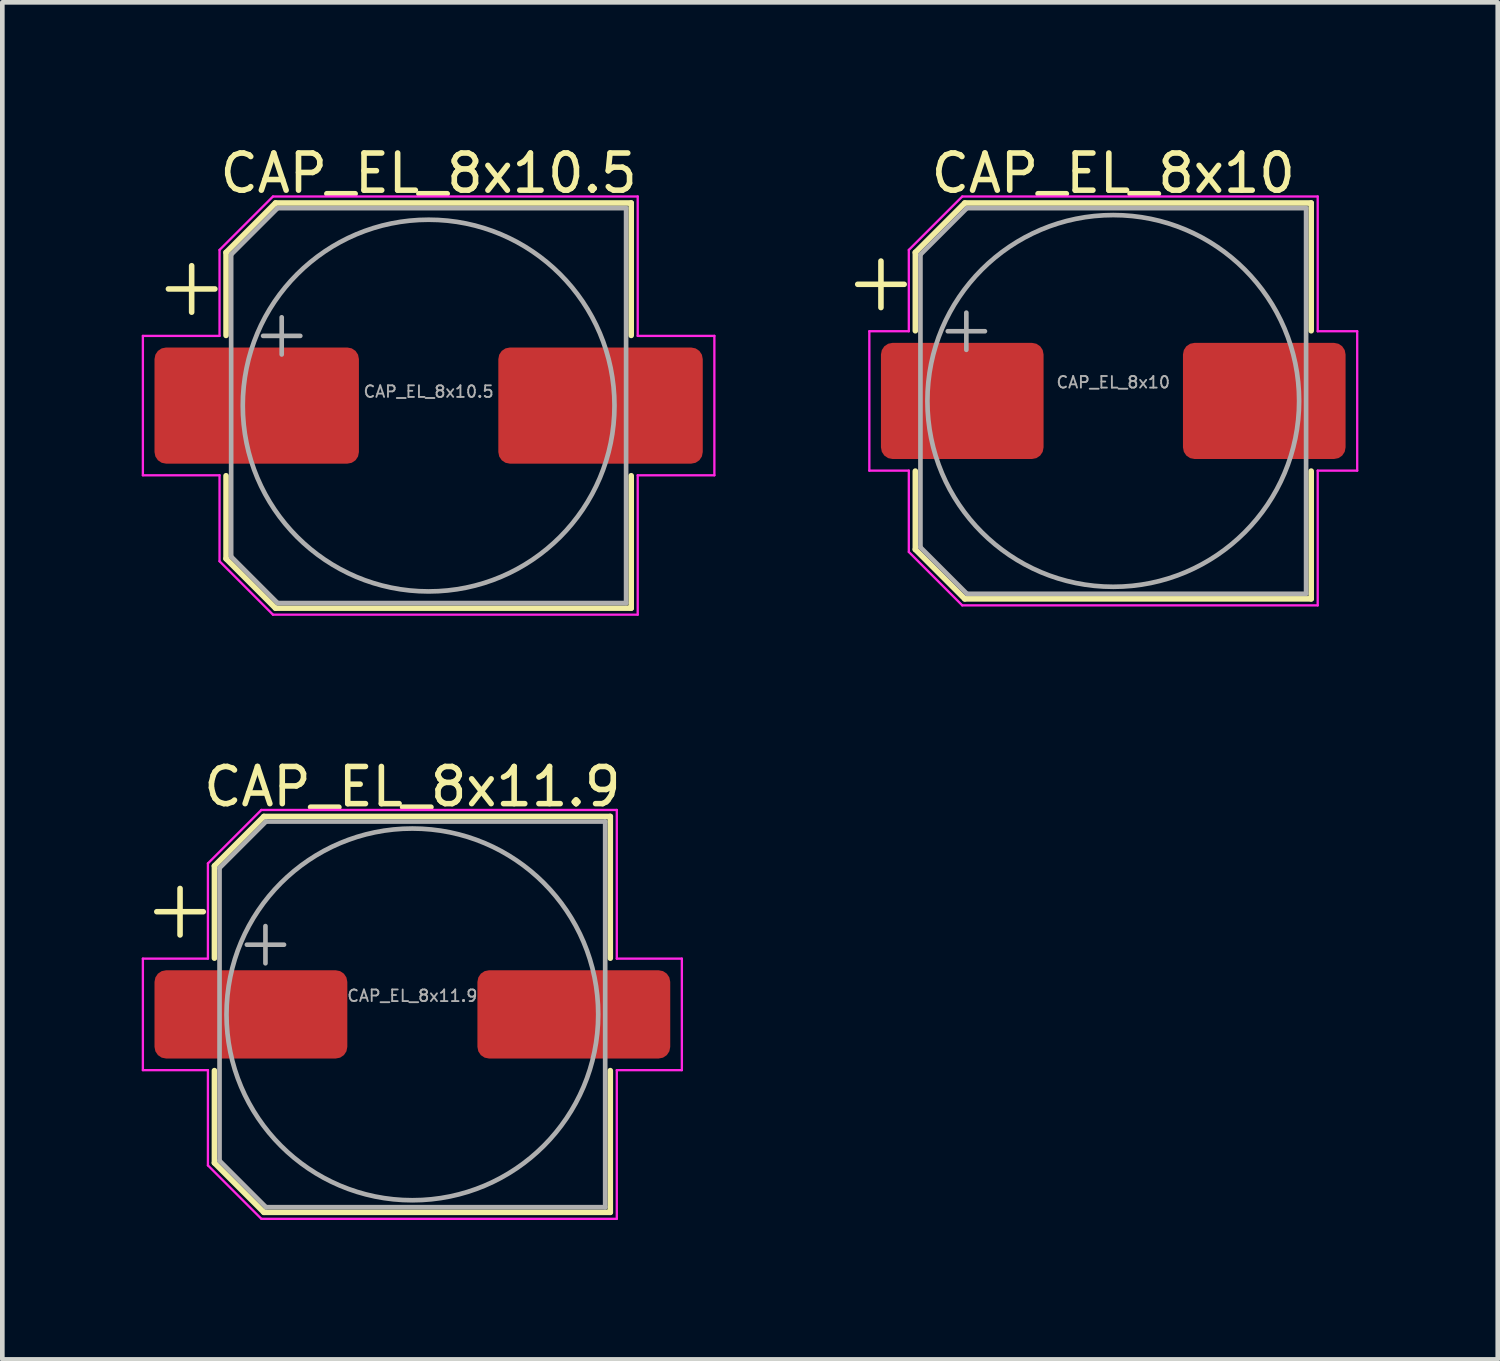
<source format=kicad_pcb>
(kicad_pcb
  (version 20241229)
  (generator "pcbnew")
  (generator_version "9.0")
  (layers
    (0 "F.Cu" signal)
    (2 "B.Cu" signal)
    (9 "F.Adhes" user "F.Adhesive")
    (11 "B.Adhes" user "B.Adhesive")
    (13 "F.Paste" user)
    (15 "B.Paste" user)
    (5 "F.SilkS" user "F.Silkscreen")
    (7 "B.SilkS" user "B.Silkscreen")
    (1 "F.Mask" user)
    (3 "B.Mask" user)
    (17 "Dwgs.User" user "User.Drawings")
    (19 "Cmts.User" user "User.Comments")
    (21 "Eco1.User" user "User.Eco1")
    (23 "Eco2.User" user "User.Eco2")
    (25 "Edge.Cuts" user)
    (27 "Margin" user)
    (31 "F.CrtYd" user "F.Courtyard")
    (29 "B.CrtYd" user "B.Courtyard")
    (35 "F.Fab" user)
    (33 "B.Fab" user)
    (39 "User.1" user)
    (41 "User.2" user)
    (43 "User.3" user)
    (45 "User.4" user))
  (footprint "CAP_EL_8x11.9"
    (layer "F.Cu")
    (at 5.825 18.782)
    (property "Reference" "CAP_EL_8x11.9" (at 0 -4.9 0) (layer "F.SilkS") (effects (font (size 0.8 0.8) (thickness 0.12))))
    (attr smd)
    (fp_line (start -5.5 -2.21) (end -4.5 -2.21) (stroke (width 0.12) (type solid)) (layer "F.SilkS"))
    (fp_line (start -5 -2.71) (end -5 -1.71) (stroke (width 0.12) (type solid)) (layer "F.SilkS"))
    (fp_line (start -4.26 -3.196) (end -4.26 -1.21) (stroke (width 0.12) (type solid)) (layer "F.SilkS"))
    (fp_line (start -4.26 -3.196) (end -3.196 -4.26) (stroke (width 0.12) (type solid)) (layer "F.SilkS"))
    (fp_line (start -4.26 3.196) (end -4.26 1.21) (stroke (width 0.12) (type solid)) (layer "F.SilkS"))
    (fp_line (start -4.26 3.196) (end -3.196 4.26) (stroke (width 0.12) (type solid)) (layer "F.SilkS"))
    (fp_line (start -3.196 -4.26) (end 4.26 -4.26) (stroke (width 0.12) (type solid)) (layer "F.SilkS"))
    (fp_line (start -3.196 4.26) (end 4.26 4.26) (stroke (width 0.12) (type solid)) (layer "F.SilkS"))
    (fp_line (start 4.26 -4.26) (end 4.26 -1.21) (stroke (width 0.12) (type solid)) (layer "F.SilkS"))
    (fp_line (start 4.26 4.26) (end 4.26 1.21) (stroke (width 0.12) (type solid)) (layer "F.SilkS"))
    (fp_line (start -5.8 -1.2) (end -5.8 1.2) (stroke (width 0.05) (type solid)) (layer "F.CrtYd"))
    (fp_line (start -5.8 1.2) (end -4.4 1.2) (stroke (width 0.05) (type solid)) (layer "F.CrtYd"))
    (fp_line (start -4.4 -3.25) (end -4.4 -1.2) (stroke (width 0.05) (type solid)) (layer "F.CrtYd"))
    (fp_line (start -4.4 -3.25) (end -3.25 -4.4) (stroke (width 0.05) (type solid)) (layer "F.CrtYd"))
    (fp_line (start -4.4 -1.2) (end -5.8 -1.2) (stroke (width 0.05) (type solid)) (layer "F.CrtYd"))
    (fp_line (start -4.4 1.2) (end -4.4 3.25) (stroke (width 0.05) (type solid)) (layer "F.CrtYd"))
    (fp_line (start -4.4 3.25) (end -3.25 4.4) (stroke (width 0.05) (type solid)) (layer "F.CrtYd"))
    (fp_line (start -3.25 -4.4) (end 4.4 -4.4) (stroke (width 0.05) (type solid)) (layer "F.CrtYd"))
    (fp_line (start -3.25 4.4) (end 4.4 4.4) (stroke (width 0.05) (type solid)) (layer "F.CrtYd"))
    (fp_line (start 4.4 -4.4) (end 4.4 -1.2) (stroke (width 0.05) (type solid)) (layer "F.CrtYd"))
    (fp_line (start 4.4 -1.2) (end 5.8 -1.2) (stroke (width 0.05) (type solid)) (layer "F.CrtYd"))
    (fp_line (start 4.4 1.2) (end 4.4 4.4) (stroke (width 0.05) (type solid)) (layer "F.CrtYd"))
    (fp_line (start 5.8 -1.2) (end 5.8 1.2) (stroke (width 0.05) (type solid)) (layer "F.CrtYd"))
    (fp_line (start 5.8 1.2) (end 4.4 1.2) (stroke (width 0.05) (type solid)) (layer "F.CrtYd"))
    (fp_line (start -4.15 -3.15) (end -4.15 3.15) (stroke (width 0.1) (type solid)) (layer "F.Fab"))
    (fp_line (start -4.15 -3.15) (end -3.15 -4.15) (stroke (width 0.1) (type solid)) (layer "F.Fab"))
    (fp_line (start -4.15 3.15) (end -3.15 4.15) (stroke (width 0.1) (type solid)) (layer "F.Fab"))
    (fp_line (start -3.562 -1.5) (end -2.762 -1.5) (stroke (width 0.1) (type solid)) (layer "F.Fab"))
    (fp_line (start -3.162 -1.9) (end -3.162 -1.1) (stroke (width 0.1) (type solid)) (layer "F.Fab"))
    (fp_line (start -3.15 -4.15) (end 4.15 -4.15) (stroke (width 0.1) (type solid)) (layer "F.Fab"))
    (fp_line (start -3.15 4.15) (end 4.15 4.15) (stroke (width 0.1) (type solid)) (layer "F.Fab"))
    (fp_line (start 4.15 -4.15) (end 4.15 4.15) (stroke (width 0.1) (type solid)) (layer "F.Fab"))
    (fp_circle (center 0 0) (end 4 0) (stroke (width 0.1) (type solid)) (fill no) (layer "F.Fab"))
    (fp_text user "${REFERENCE}" (at 0 -0.4 0) (layer "F.Fab") (effects (font (size 0.25 0.25) (thickness 0.04))))
    (pad "1" smd roundrect (at -3.475 0) (size 4.15 1.9) (layers "F.Cu" "F.Mask" "F.Paste") (roundrect_rratio 0.132))
    (pad "2" smd roundrect (at 3.475 0) (size 4.15 1.9) (layers "F.Cu" "F.Mask" "F.Paste") (roundrect_rratio 0.132)))
  (footprint "CAP_EL_8x10.5"
    (layer "F.Cu")
    (at 6.175 5.679)
    (property "Reference" "CAP_EL_8x10.5" (at 0 -5 0) (layer "F.SilkS") (effects (font (size 0.8 0.8) (thickness 0.12))))
    (attr smd)
    (fp_line (start -5.6 -2.51) (end -4.6 -2.51) (stroke (width 0.12) (type solid)) (layer "F.SilkS"))
    (fp_line (start -5.1 -3.01) (end -5.1 -2.01) (stroke (width 0.12) (type solid)) (layer "F.SilkS"))
    (fp_line (start -4.36 -3.296) (end -4.36 -1.51) (stroke (width 0.12) (type solid)) (layer "F.SilkS"))
    (fp_line (start -4.36 -3.296) (end -3.296 -4.36) (stroke (width 0.12) (type solid)) (layer "F.SilkS"))
    (fp_line (start -4.36 3.296) (end -4.36 1.51) (stroke (width 0.12) (type solid)) (layer "F.SilkS"))
    (fp_line (start -4.36 3.296) (end -3.296 4.36) (stroke (width 0.12) (type solid)) (layer "F.SilkS"))
    (fp_line (start -3.296 -4.36) (end 4.36 -4.36) (stroke (width 0.12) (type solid)) (layer "F.SilkS"))
    (fp_line (start -3.296 4.36) (end 4.36 4.36) (stroke (width 0.12) (type solid)) (layer "F.SilkS"))
    (fp_line (start 4.36 -4.36) (end 4.36 -1.51) (stroke (width 0.12) (type solid)) (layer "F.SilkS"))
    (fp_line (start 4.36 4.36) (end 4.36 1.51) (stroke (width 0.12) (type solid)) (layer "F.SilkS"))
    (fp_line (start -6.15 -1.5) (end -6.15 1.5) (stroke (width 0.05) (type solid)) (layer "F.CrtYd"))
    (fp_line (start -6.15 1.5) (end -4.5 1.5) (stroke (width 0.05) (type solid)) (layer "F.CrtYd"))
    (fp_line (start -4.5 -3.35) (end -4.5 -1.5) (stroke (width 0.05) (type solid)) (layer "F.CrtYd"))
    (fp_line (start -4.5 -3.35) (end -3.35 -4.5) (stroke (width 0.05) (type solid)) (layer "F.CrtYd"))
    (fp_line (start -4.5 -1.5) (end -6.15 -1.5) (stroke (width 0.05) (type solid)) (layer "F.CrtYd"))
    (fp_line (start -4.5 1.5) (end -4.5 3.35) (stroke (width 0.05) (type solid)) (layer "F.CrtYd"))
    (fp_line (start -4.5 3.35) (end -3.35 4.5) (stroke (width 0.05) (type solid)) (layer "F.CrtYd"))
    (fp_line (start -3.35 -4.5) (end 4.5 -4.5) (stroke (width 0.05) (type solid)) (layer "F.CrtYd"))
    (fp_line (start -3.35 4.5) (end 4.5 4.5) (stroke (width 0.05) (type solid)) (layer "F.CrtYd"))
    (fp_line (start 4.5 -4.5) (end 4.5 -1.5) (stroke (width 0.05) (type solid)) (layer "F.CrtYd"))
    (fp_line (start 4.5 -1.5) (end 6.15 -1.5) (stroke (width 0.05) (type solid)) (layer "F.CrtYd"))
    (fp_line (start 4.5 1.5) (end 4.5 4.5) (stroke (width 0.05) (type solid)) (layer "F.CrtYd"))
    (fp_line (start 6.15 -1.5) (end 6.15 1.5) (stroke (width 0.05) (type solid)) (layer "F.CrtYd"))
    (fp_line (start 6.15 1.5) (end 4.5 1.5) (stroke (width 0.05) (type solid)) (layer "F.CrtYd"))
    (fp_line (start -4.25 -3.25) (end -4.25 3.25) (stroke (width 0.1) (type solid)) (layer "F.Fab"))
    (fp_line (start -4.25 -3.25) (end -3.25 -4.25) (stroke (width 0.1) (type solid)) (layer "F.Fab"))
    (fp_line (start -4.25 3.25) (end -3.25 4.25) (stroke (width 0.1) (type solid)) (layer "F.Fab"))
    (fp_line (start -3.562 -1.5) (end -2.762 -1.5) (stroke (width 0.1) (type solid)) (layer "F.Fab"))
    (fp_line (start -3.25 -4.25) (end 4.25 -4.25) (stroke (width 0.1) (type solid)) (layer "F.Fab"))
    (fp_line (start -3.25 4.25) (end 4.25 4.25) (stroke (width 0.1) (type solid)) (layer "F.Fab"))
    (fp_line (start -3.162 -1.9) (end -3.162 -1.1) (stroke (width 0.1) (type solid)) (layer "F.Fab"))
    (fp_line (start 4.25 -4.25) (end 4.25 4.25) (stroke (width 0.1) (type solid)) (layer "F.Fab"))
    (fp_circle (center 0 0) (end 4 0) (stroke (width 0.1) (type solid)) (fill no) (layer "F.Fab"))
    (fp_text user "${REFERENCE}" (at 0 -0.3 0) (layer "F.Fab") (effects (font (size 0.25 0.25) (thickness 0.04))))
    (pad "1" smd roundrect (at -3.7 0) (size 4.4 2.5) (layers "F.Cu" "F.Mask" "F.Paste") (roundrect_rratio 0.1))
    (pad "2" smd roundrect (at 3.7 0) (size 4.4 2.5) (layers "F.Cu" "F.Mask" "F.Paste") (roundrect_rratio 0.1)))
  (footprint "CAP_EL_8x10"
    (layer "F.Cu")
    (at 20.91 5.579)
    (property "Reference" "CAP_EL_8x10" (at 0 -4.9 0) (layer "F.SilkS") (effects (font (size 0.8 0.8) (thickness 0.12))))
    (attr smd)
    (fp_line (start -5.5 -2.51) (end -4.5 -2.51) (stroke (width 0.12) (type solid)) (layer "F.SilkS"))
    (fp_line (start -5 -3.01) (end -5 -2.01) (stroke (width 0.12) (type solid)) (layer "F.SilkS"))
    (fp_line (start -4.26 -3.196) (end -4.26 -1.51) (stroke (width 0.12) (type solid)) (layer "F.SilkS"))
    (fp_line (start -4.26 -3.196) (end -3.196 -4.26) (stroke (width 0.12) (type solid)) (layer "F.SilkS"))
    (fp_line (start -4.26 3.196) (end -4.26 1.51) (stroke (width 0.12) (type solid)) (layer "F.SilkS"))
    (fp_line (start -4.26 3.196) (end -3.196 4.26) (stroke (width 0.12) (type solid)) (layer "F.SilkS"))
    (fp_line (start -3.196 -4.26) (end 4.26 -4.26) (stroke (width 0.12) (type solid)) (layer "F.SilkS"))
    (fp_line (start -3.196 4.26) (end 4.26 4.26) (stroke (width 0.12) (type solid)) (layer "F.SilkS"))
    (fp_line (start 4.26 -4.26) (end 4.26 -1.51) (stroke (width 0.12) (type solid)) (layer "F.SilkS"))
    (fp_line (start 4.26 4.26) (end 4.26 1.51) (stroke (width 0.12) (type solid)) (layer "F.SilkS"))
    (fp_line (start -5.25 -1.5) (end -5.25 1.5) (stroke (width 0.05) (type solid)) (layer "F.CrtYd"))
    (fp_line (start -5.25 1.5) (end -4.4 1.5) (stroke (width 0.05) (type solid)) (layer "F.CrtYd"))
    (fp_line (start -4.4 -3.25) (end -4.4 -1.5) (stroke (width 0.05) (type solid)) (layer "F.CrtYd"))
    (fp_line (start -4.4 -3.25) (end -3.25 -4.4) (stroke (width 0.05) (type solid)) (layer "F.CrtYd"))
    (fp_line (start -4.4 -1.5) (end -5.25 -1.5) (stroke (width 0.05) (type solid)) (layer "F.CrtYd"))
    (fp_line (start -4.4 1.5) (end -4.4 3.25) (stroke (width 0.05) (type solid)) (layer "F.CrtYd"))
    (fp_line (start -4.4 3.25) (end -3.25 4.4) (stroke (width 0.05) (type solid)) (layer "F.CrtYd"))
    (fp_line (start -3.25 -4.4) (end 4.4 -4.4) (stroke (width 0.05) (type solid)) (layer "F.CrtYd"))
    (fp_line (start -3.25 4.4) (end 4.4 4.4) (stroke (width 0.05) (type solid)) (layer "F.CrtYd"))
    (fp_line (start 4.4 -4.4) (end 4.4 -1.5) (stroke (width 0.05) (type solid)) (layer "F.CrtYd"))
    (fp_line (start 4.4 -1.5) (end 5.25 -1.5) (stroke (width 0.05) (type solid)) (layer "F.CrtYd"))
    (fp_line (start 4.4 1.5) (end 4.4 4.4) (stroke (width 0.05) (type solid)) (layer "F.CrtYd"))
    (fp_line (start 5.25 -1.5) (end 5.25 1.5) (stroke (width 0.05) (type solid)) (layer "F.CrtYd"))
    (fp_line (start 5.25 1.5) (end 4.4 1.5) (stroke (width 0.05) (type solid)) (layer "F.CrtYd"))
    (fp_line (start -4.15 -3.15) (end -4.15 3.15) (stroke (width 0.1) (type solid)) (layer "F.Fab"))
    (fp_line (start -4.15 -3.15) (end -3.15 -4.15) (stroke (width 0.1) (type solid)) (layer "F.Fab"))
    (fp_line (start -4.15 3.15) (end -3.15 4.15) (stroke (width 0.1) (type solid)) (layer "F.Fab"))
    (fp_line (start -3.562 -1.5) (end -2.762 -1.5) (stroke (width 0.1) (type solid)) (layer "F.Fab"))
    (fp_line (start -3.162 -1.9) (end -3.162 -1.1) (stroke (width 0.1) (type solid)) (layer "F.Fab"))
    (fp_line (start -3.15 -4.15) (end 4.15 -4.15) (stroke (width 0.1) (type solid)) (layer "F.Fab"))
    (fp_line (start -3.15 4.15) (end 4.15 4.15) (stroke (width 0.1) (type solid)) (layer "F.Fab"))
    (fp_line (start 4.15 -4.15) (end 4.15 4.15) (stroke (width 0.1) (type solid)) (layer "F.Fab"))
    (fp_circle (center 0 0) (end 4 0) (stroke (width 0.1) (type solid)) (fill no) (layer "F.Fab"))
    (fp_text user "${REFERENCE}" (at 0 -0.4 0) (layer "F.Fab") (effects (font (size 0.25 0.25) (thickness 0.04))))
    (pad "1" smd roundrect (at -3.25 0) (size 3.5 2.5) (layers "F.Cu" "F.Mask" "F.Paste") (roundrect_rratio 0.1))
    (pad "2" smd roundrect (at 3.25 0) (size 3.5 2.5) (layers "F.Cu" "F.Mask" "F.Paste") (roundrect_rratio 0.1)))
  (gr_rect
    (start -3 -3)
    (end 29.185 26.207)
    (stroke (width 0.1) (type default))
    (fill no)
    (layer "Edge.Cuts")))
</source>
